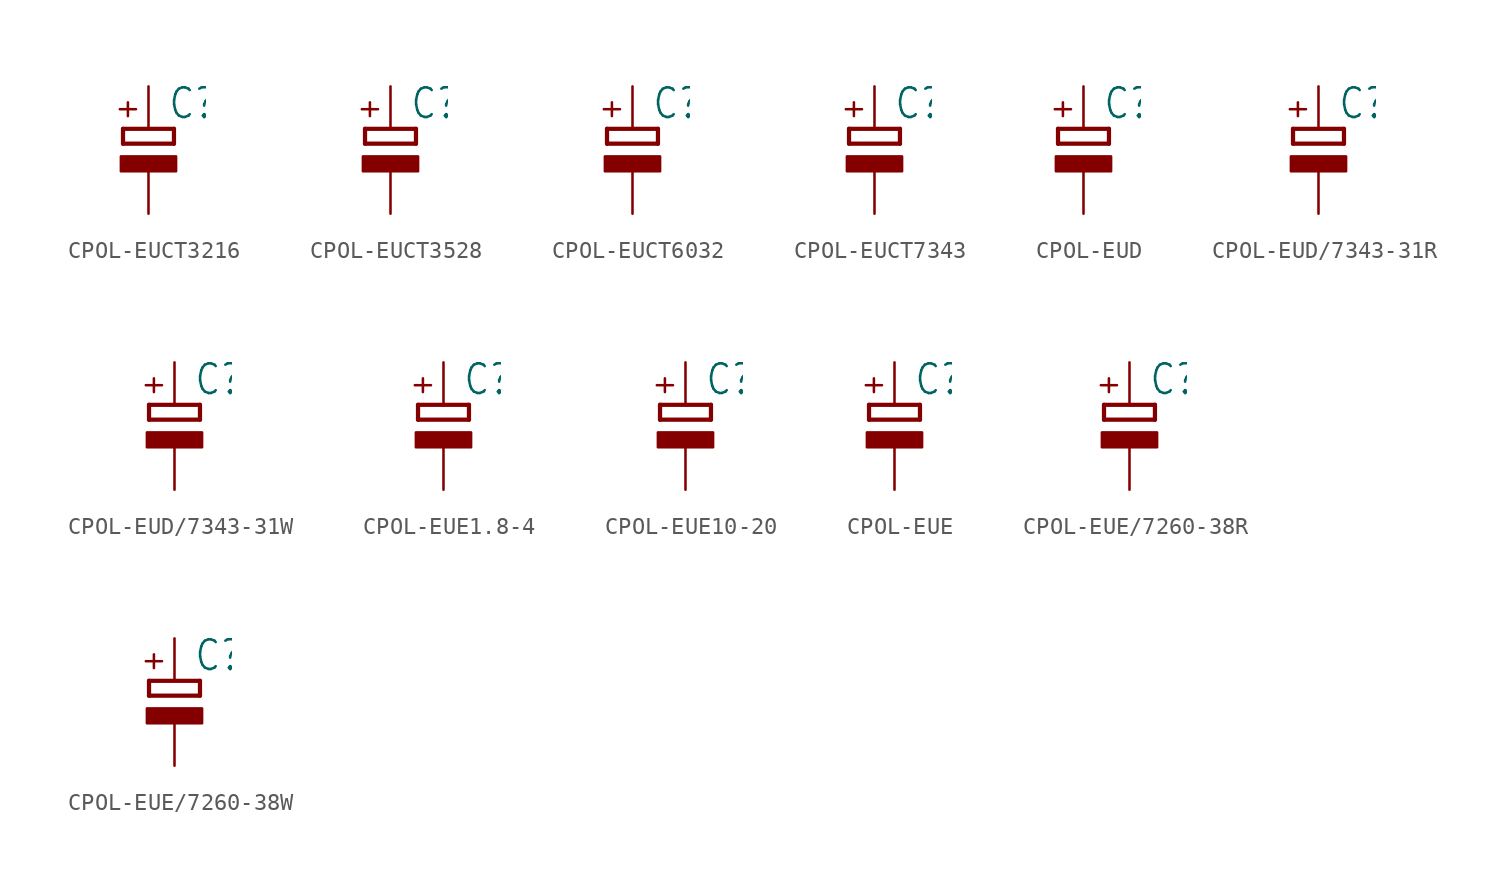
<source format=kicad_sym>
(kicad_symbol_lib
  (version 20231120)
  (generator "kicad_symbol_editor")
  (generator_version "8.0")
  (symbol "CPOL-EUCT3216"
    (property "Reference" "C"
      (at 1.143 0.483 0)
      (effects (font (size 1.778 1.511)) (justify left bottom)))
    (property "Value" ""
      (at 1.143 -4.597 0)
      (effects (font (size 1.778 1.511)) (justify left bottom)))
    (property "ki_locked" ""
      (at 0 0 0)
      (effects (font (size 1.27 1.27))))
    (symbol "CPOL-EUCT3216_1_0"
      (rectangle (start -1.651 -2.54) (end 1.651 -1.651) (stroke (width 0) (type default)) (fill (type outline)))
      (polyline (pts (xy -1.524 -0.889) (xy 1.524 -0.889)) (stroke (width 0.254) (type solid)) (fill (type none)))
      (polyline (pts (xy -1.524 0) (xy -1.524 -0.889)) (stroke (width 0.254) (type solid)) (fill (type none)))
      (polyline (pts (xy -1.524 0) (xy 1.524 0)) (stroke (width 0.254) (type solid)) (fill (type none)))
      (polyline (pts (xy 1.524 -0.889) (xy 1.524 0)) (stroke (width 0.254) (type solid)) (fill (type none)))
      (text "+" (at -0.584 0.406 900) (effects (font (size 1.27 1.079)) (justify left bottom)))
      (pin passive line (at 0 2.54 270) (length 2.54) (name "+" (effects (font (size 0 0)))) (number "+" (effects (font (size 0 0)))))
      (pin passive line (at 0 -5.08 90) (length 2.54) (name "-" (effects (font (size 0 0)))) (number "-" (effects (font (size 0 0)))))))
  (symbol "CPOL-EUCT3528"
    (property "Reference" "C"
      (at 1.143 0.483 0)
      (effects (font (size 1.778 1.511)) (justify left bottom)))
    (property "Value" ""
      (at 1.143 -4.597 0)
      (effects (font (size 1.778 1.511)) (justify left bottom)))
    (property "ki_locked" ""
      (at 0 0 0)
      (effects (font (size 1.27 1.27))))
    (symbol "CPOL-EUCT3528_1_0"
      (rectangle (start -1.651 -2.54) (end 1.651 -1.651) (stroke (width 0) (type default)) (fill (type outline)))
      (polyline (pts (xy -1.524 -0.889) (xy 1.524 -0.889)) (stroke (width 0.254) (type solid)) (fill (type none)))
      (polyline (pts (xy -1.524 0) (xy -1.524 -0.889)) (stroke (width 0.254) (type solid)) (fill (type none)))
      (polyline (pts (xy -1.524 0) (xy 1.524 0)) (stroke (width 0.254) (type solid)) (fill (type none)))
      (polyline (pts (xy 1.524 -0.889) (xy 1.524 0)) (stroke (width 0.254) (type solid)) (fill (type none)))
      (text "+" (at -0.584 0.406 900) (effects (font (size 1.27 1.079)) (justify left bottom)))
      (pin passive line (at 0 2.54 270) (length 2.54) (name "+" (effects (font (size 0 0)))) (number "+" (effects (font (size 0 0)))))
      (pin passive line (at 0 -5.08 90) (length 2.54) (name "-" (effects (font (size 0 0)))) (number "-" (effects (font (size 0 0)))))))
  (symbol "CPOL-EUCT6032"
    (property "Reference" "C"
      (at 1.143 0.483 0)
      (effects (font (size 1.778 1.511)) (justify left bottom)))
    (property "Value" ""
      (at 1.143 -4.597 0)
      (effects (font (size 1.778 1.511)) (justify left bottom)))
    (property "ki_locked" ""
      (at 0 0 0)
      (effects (font (size 1.27 1.27))))
    (symbol "CPOL-EUCT6032_1_0"
      (rectangle (start -1.651 -2.54) (end 1.651 -1.651) (stroke (width 0) (type default)) (fill (type outline)))
      (polyline (pts (xy -1.524 -0.889) (xy 1.524 -0.889)) (stroke (width 0.254) (type solid)) (fill (type none)))
      (polyline (pts (xy -1.524 0) (xy -1.524 -0.889)) (stroke (width 0.254) (type solid)) (fill (type none)))
      (polyline (pts (xy -1.524 0) (xy 1.524 0)) (stroke (width 0.254) (type solid)) (fill (type none)))
      (polyline (pts (xy 1.524 -0.889) (xy 1.524 0)) (stroke (width 0.254) (type solid)) (fill (type none)))
      (text "+" (at -0.584 0.406 900) (effects (font (size 1.27 1.079)) (justify left bottom)))
      (pin passive line (at 0 2.54 270) (length 2.54) (name "+" (effects (font (size 0 0)))) (number "+" (effects (font (size 0 0)))))
      (pin passive line (at 0 -5.08 90) (length 2.54) (name "-" (effects (font (size 0 0)))) (number "-" (effects (font (size 0 0)))))))
  (symbol "CPOL-EUCT7343"
    (property "Reference" "C"
      (at 1.143 0.483 0)
      (effects (font (size 1.778 1.511)) (justify left bottom)))
    (property "Value" ""
      (at 1.143 -4.597 0)
      (effects (font (size 1.778 1.511)) (justify left bottom)))
    (property "ki_locked" ""
      (at 0 0 0)
      (effects (font (size 1.27 1.27))))
    (symbol "CPOL-EUCT7343_1_0"
      (rectangle (start -1.651 -2.54) (end 1.651 -1.651) (stroke (width 0) (type default)) (fill (type outline)))
      (polyline (pts (xy -1.524 -0.889) (xy 1.524 -0.889)) (stroke (width 0.254) (type solid)) (fill (type none)))
      (polyline (pts (xy -1.524 0) (xy -1.524 -0.889)) (stroke (width 0.254) (type solid)) (fill (type none)))
      (polyline (pts (xy -1.524 0) (xy 1.524 0)) (stroke (width 0.254) (type solid)) (fill (type none)))
      (polyline (pts (xy 1.524 -0.889) (xy 1.524 0)) (stroke (width 0.254) (type solid)) (fill (type none)))
      (text "+" (at -0.584 0.406 900) (effects (font (size 1.27 1.079)) (justify left bottom)))
      (pin passive line (at 0 2.54 270) (length 2.54) (name "+" (effects (font (size 0 0)))) (number "+" (effects (font (size 0 0)))))
      (pin passive line (at 0 -5.08 90) (length 2.54) (name "-" (effects (font (size 0 0)))) (number "-" (effects (font (size 0 0)))))))
  (symbol "CPOL-EUD"
    (property "Reference" "C"
      (at 1.143 0.483 0)
      (effects (font (size 1.778 1.511)) (justify left bottom)))
    (property "Value" ""
      (at 1.143 -4.597 0)
      (effects (font (size 1.778 1.511)) (justify left bottom)))
    (property "ki_locked" ""
      (at 0 0 0)
      (effects (font (size 1.27 1.27))))
    (symbol "CPOL-EUD_1_0"
      (rectangle (start -1.651 -2.54) (end 1.651 -1.651) (stroke (width 0) (type default)) (fill (type outline)))
      (polyline (pts (xy -1.524 -0.889) (xy 1.524 -0.889)) (stroke (width 0.254) (type solid)) (fill (type none)))
      (polyline (pts (xy -1.524 0) (xy -1.524 -0.889)) (stroke (width 0.254) (type solid)) (fill (type none)))
      (polyline (pts (xy -1.524 0) (xy 1.524 0)) (stroke (width 0.254) (type solid)) (fill (type none)))
      (polyline (pts (xy 1.524 -0.889) (xy 1.524 0)) (stroke (width 0.254) (type solid)) (fill (type none)))
      (text "+" (at -0.584 0.406 900) (effects (font (size 1.27 1.079)) (justify left bottom)))
      (pin passive line (at 0 2.54 270) (length 2.54) (name "+" (effects (font (size 0 0)))) (number "+" (effects (font (size 0 0)))))
      (pin passive line (at 0 -5.08 90) (length 2.54) (name "-" (effects (font (size 0 0)))) (number "-" (effects (font (size 0 0)))))))
  (symbol "CPOL-EUD/7343-31R"
    (property "Reference" "C"
      (at 1.143 0.483 0)
      (effects (font (size 1.778 1.511)) (justify left bottom)))
    (property "Value" ""
      (at 1.143 -4.597 0)
      (effects (font (size 1.778 1.511)) (justify left bottom)))
    (property "ki_locked" ""
      (at 0 0 0)
      (effects (font (size 1.27 1.27))))
    (symbol "CPOL-EUD/7343-31R_1_0"
      (rectangle (start -1.651 -2.54) (end 1.651 -1.651) (stroke (width 0) (type default)) (fill (type outline)))
      (polyline (pts (xy -1.524 -0.889) (xy 1.524 -0.889)) (stroke (width 0.254) (type solid)) (fill (type none)))
      (polyline (pts (xy -1.524 0) (xy -1.524 -0.889)) (stroke (width 0.254) (type solid)) (fill (type none)))
      (polyline (pts (xy -1.524 0) (xy 1.524 0)) (stroke (width 0.254) (type solid)) (fill (type none)))
      (polyline (pts (xy 1.524 -0.889) (xy 1.524 0)) (stroke (width 0.254) (type solid)) (fill (type none)))
      (text "+" (at -0.584 0.406 900) (effects (font (size 1.27 1.079)) (justify left bottom)))
      (pin passive line (at 0 2.54 270) (length 2.54) (name "+" (effects (font (size 0 0)))) (number "+" (effects (font (size 0 0)))))
      (pin passive line (at 0 -5.08 90) (length 2.54) (name "-" (effects (font (size 0 0)))) (number "-" (effects (font (size 0 0)))))))
  (symbol "CPOL-EUD/7343-31W"
    (property "Reference" "C"
      (at 1.143 0.483 0)
      (effects (font (size 1.778 1.511)) (justify left bottom)))
    (property "Value" ""
      (at 1.143 -4.597 0)
      (effects (font (size 1.778 1.511)) (justify left bottom)))
    (property "ki_locked" ""
      (at 0 0 0)
      (effects (font (size 1.27 1.27))))
    (symbol "CPOL-EUD/7343-31W_1_0"
      (rectangle (start -1.651 -2.54) (end 1.651 -1.651) (stroke (width 0) (type default)) (fill (type outline)))
      (polyline (pts (xy -1.524 -0.889) (xy 1.524 -0.889)) (stroke (width 0.254) (type solid)) (fill (type none)))
      (polyline (pts (xy -1.524 0) (xy -1.524 -0.889)) (stroke (width 0.254) (type solid)) (fill (type none)))
      (polyline (pts (xy -1.524 0) (xy 1.524 0)) (stroke (width 0.254) (type solid)) (fill (type none)))
      (polyline (pts (xy 1.524 -0.889) (xy 1.524 0)) (stroke (width 0.254) (type solid)) (fill (type none)))
      (text "+" (at -0.584 0.406 900) (effects (font (size 1.27 1.079)) (justify left bottom)))
      (pin passive line (at 0 2.54 270) (length 2.54) (name "+" (effects (font (size 0 0)))) (number "+" (effects (font (size 0 0)))))
      (pin passive line (at 0 -5.08 90) (length 2.54) (name "-" (effects (font (size 0 0)))) (number "-" (effects (font (size 0 0)))))))
  (symbol "CPOL-EUE1.8-4"
    (property "Reference" "C"
      (at 1.143 0.483 0)
      (effects (font (size 1.778 1.511)) (justify left bottom)))
    (property "Value" ""
      (at 1.143 -4.597 0)
      (effects (font (size 1.778 1.511)) (justify left bottom)))
    (property "ki_locked" ""
      (at 0 0 0)
      (effects (font (size 1.27 1.27))))
    (symbol "CPOL-EUE1.8-4_1_0"
      (rectangle (start -1.651 -2.54) (end 1.651 -1.651) (stroke (width 0) (type default)) (fill (type outline)))
      (polyline (pts (xy -1.524 -0.889) (xy 1.524 -0.889)) (stroke (width 0.254) (type solid)) (fill (type none)))
      (polyline (pts (xy -1.524 0) (xy -1.524 -0.889)) (stroke (width 0.254) (type solid)) (fill (type none)))
      (polyline (pts (xy -1.524 0) (xy 1.524 0)) (stroke (width 0.254) (type solid)) (fill (type none)))
      (polyline (pts (xy 1.524 -0.889) (xy 1.524 0)) (stroke (width 0.254) (type solid)) (fill (type none)))
      (text "+" (at -0.584 0.406 900) (effects (font (size 1.27 1.079)) (justify left bottom)))
      (pin passive line (at 0 2.54 270) (length 2.54) (name "+" (effects (font (size 0 0)))) (number "+" (effects (font (size 0 0)))))
      (pin passive line (at 0 -5.08 90) (length 2.54) (name "-" (effects (font (size 0 0)))) (number "-" (effects (font (size 0 0)))))))
  (symbol "CPOL-EUE10-20"
    (property "Reference" "C"
      (at 1.143 0.483 0)
      (effects (font (size 1.778 1.511)) (justify left bottom)))
    (property "Value" ""
      (at 1.143 -4.597 0)
      (effects (font (size 1.778 1.511)) (justify left bottom)))
    (property "ki_locked" ""
      (at 0 0 0)
      (effects (font (size 1.27 1.27))))
    (symbol "CPOL-EUE10-20_1_0"
      (rectangle (start -1.651 -2.54) (end 1.651 -1.651) (stroke (width 0) (type default)) (fill (type outline)))
      (polyline (pts (xy -1.524 -0.889) (xy 1.524 -0.889)) (stroke (width 0.254) (type solid)) (fill (type none)))
      (polyline (pts (xy -1.524 0) (xy -1.524 -0.889)) (stroke (width 0.254) (type solid)) (fill (type none)))
      (polyline (pts (xy -1.524 0) (xy 1.524 0)) (stroke (width 0.254) (type solid)) (fill (type none)))
      (polyline (pts (xy 1.524 -0.889) (xy 1.524 0)) (stroke (width 0.254) (type solid)) (fill (type none)))
      (text "+" (at -0.584 0.406 900) (effects (font (size 1.27 1.079)) (justify left bottom)))
      (pin passive line (at 0 2.54 270) (length 2.54) (name "+" (effects (font (size 0 0)))) (number "+" (effects (font (size 0 0)))))
      (pin passive line (at 0 -5.08 90) (length 2.54) (name "-" (effects (font (size 0 0)))) (number "-" (effects (font (size 0 0)))))))
  (symbol "CPOL-EUE"
    (property "Reference" "C"
      (at 1.143 0.483 0)
      (effects (font (size 1.778 1.511)) (justify left bottom)))
    (property "Value" ""
      (at 1.143 -4.597 0)
      (effects (font (size 1.778 1.511)) (justify left bottom)))
    (property "ki_locked" ""
      (at 0 0 0)
      (effects (font (size 1.27 1.27))))
    (symbol "CPOL-EUE_1_0"
      (rectangle (start -1.651 -2.54) (end 1.651 -1.651) (stroke (width 0) (type default)) (fill (type outline)))
      (polyline (pts (xy -1.524 -0.889) (xy 1.524 -0.889)) (stroke (width 0.254) (type solid)) (fill (type none)))
      (polyline (pts (xy -1.524 0) (xy -1.524 -0.889)) (stroke (width 0.254) (type solid)) (fill (type none)))
      (polyline (pts (xy -1.524 0) (xy 1.524 0)) (stroke (width 0.254) (type solid)) (fill (type none)))
      (polyline (pts (xy 1.524 -0.889) (xy 1.524 0)) (stroke (width 0.254) (type solid)) (fill (type none)))
      (text "+" (at -0.584 0.406 900) (effects (font (size 1.27 1.079)) (justify left bottom)))
      (pin passive line (at 0 2.54 270) (length 2.54) (name "+" (effects (font (size 0 0)))) (number "+" (effects (font (size 0 0)))))
      (pin passive line (at 0 -5.08 90) (length 2.54) (name "-" (effects (font (size 0 0)))) (number "-" (effects (font (size 0 0)))))))
  (symbol "CPOL-EUE/7260-38R"
    (property "Reference" "C"
      (at 1.143 0.483 0)
      (effects (font (size 1.778 1.511)) (justify left bottom)))
    (property "Value" ""
      (at 1.143 -4.597 0)
      (effects (font (size 1.778 1.511)) (justify left bottom)))
    (property "ki_locked" ""
      (at 0 0 0)
      (effects (font (size 1.27 1.27))))
    (symbol "CPOL-EUE/7260-38R_1_0"
      (rectangle (start -1.651 -2.54) (end 1.651 -1.651) (stroke (width 0) (type default)) (fill (type outline)))
      (polyline (pts (xy -1.524 -0.889) (xy 1.524 -0.889)) (stroke (width 0.254) (type solid)) (fill (type none)))
      (polyline (pts (xy -1.524 0) (xy -1.524 -0.889)) (stroke (width 0.254) (type solid)) (fill (type none)))
      (polyline (pts (xy -1.524 0) (xy 1.524 0)) (stroke (width 0.254) (type solid)) (fill (type none)))
      (polyline (pts (xy 1.524 -0.889) (xy 1.524 0)) (stroke (width 0.254) (type solid)) (fill (type none)))
      (text "+" (at -0.584 0.406 900) (effects (font (size 1.27 1.079)) (justify left bottom)))
      (pin passive line (at 0 2.54 270) (length 2.54) (name "+" (effects (font (size 0 0)))) (number "+" (effects (font (size 0 0)))))
      (pin passive line (at 0 -5.08 90) (length 2.54) (name "-" (effects (font (size 0 0)))) (number "-" (effects (font (size 0 0)))))))
  (symbol "CPOL-EUE/7260-38W"
    (property "Reference" "C"
      (at 1.143 0.483 0)
      (effects (font (size 1.778 1.511)) (justify left bottom)))
    (property "Value" ""
      (at 1.143 -4.597 0)
      (effects (font (size 1.778 1.511)) (justify left bottom)))
    (property "ki_locked" ""
      (at 0 0 0)
      (effects (font (size 1.27 1.27))))
    (symbol "CPOL-EUE/7260-38W_1_0"
      (rectangle (start -1.651 -2.54) (end 1.651 -1.651) (stroke (width 0) (type default)) (fill (type outline)))
      (polyline (pts (xy -1.524 -0.889) (xy 1.524 -0.889)) (stroke (width 0.254) (type solid)) (fill (type none)))
      (polyline (pts (xy -1.524 0) (xy -1.524 -0.889)) (stroke (width 0.254) (type solid)) (fill (type none)))
      (polyline (pts (xy -1.524 0) (xy 1.524 0)) (stroke (width 0.254) (type solid)) (fill (type none)))
      (polyline (pts (xy 1.524 -0.889) (xy 1.524 0)) (stroke (width 0.254) (type solid)) (fill (type none)))
      (text "+" (at -0.584 0.406 900) (effects (font (size 1.27 1.079)) (justify left bottom)))
      (pin passive line (at 0 2.54 270) (length 2.54) (name "+" (effects (font (size 0 0)))) (number "+" (effects (font (size 0 0)))))
      (pin passive line (at 0 -5.08 90) (length 2.54) (name "-" (effects (font (size 0 0)))) (number "-" (effects (font (size 0 0))))))))
</source>
